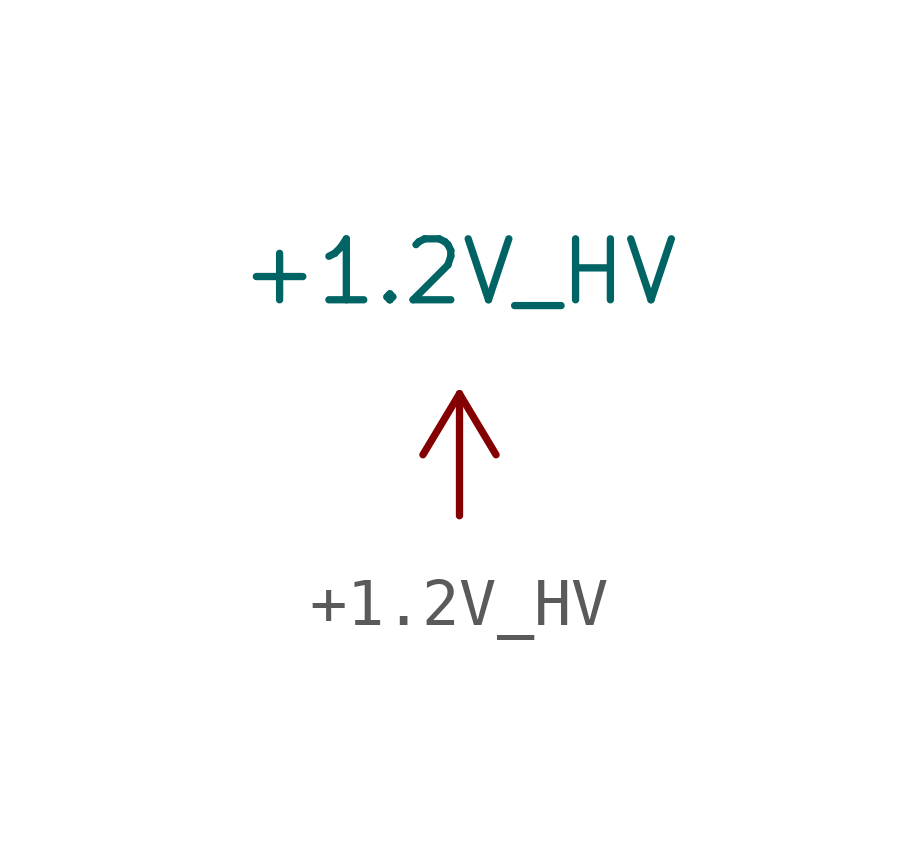
<source format=kicad_sym>
(kicad_symbol_lib
  (version 20220914)
  (generator kicad_symbol_editor)
  (symbol "+1.2V_HV"
    (power)
    (pin_numbers hide)
    (pin_names
      (offset 0))
    (property "Reference" "#PWR"
      (at 1.27 0 90)
      (effects (font (size 1.27 1.27)) hide))
    (property "Value" "+1.2V_HV"
      (at 0 5.08 0)
      (effects (font (size 1.27 1.27))))
    (symbol "+1.2V_HV_1_1"
      (polyline (pts (xy -0.762 1.27) (xy 0 2.54)) (stroke (width 0) (type default)) (fill (type none)))
      (polyline (pts (xy 0 0) (xy 0 2.54)) (stroke (width 0) (type default)) (fill (type none)))
      (polyline (pts (xy 0 2.54) (xy 0.762 1.27)) (stroke (width 0) (type default)) (fill (type none)))
      (pin power_in line (at 0 0 90) (length 0) hide (name "+1.2V_HV" (effects (font (size 1.27 1.27)))) (number "1" (effects (font (size 1.27 1.27))))))))
</source>
